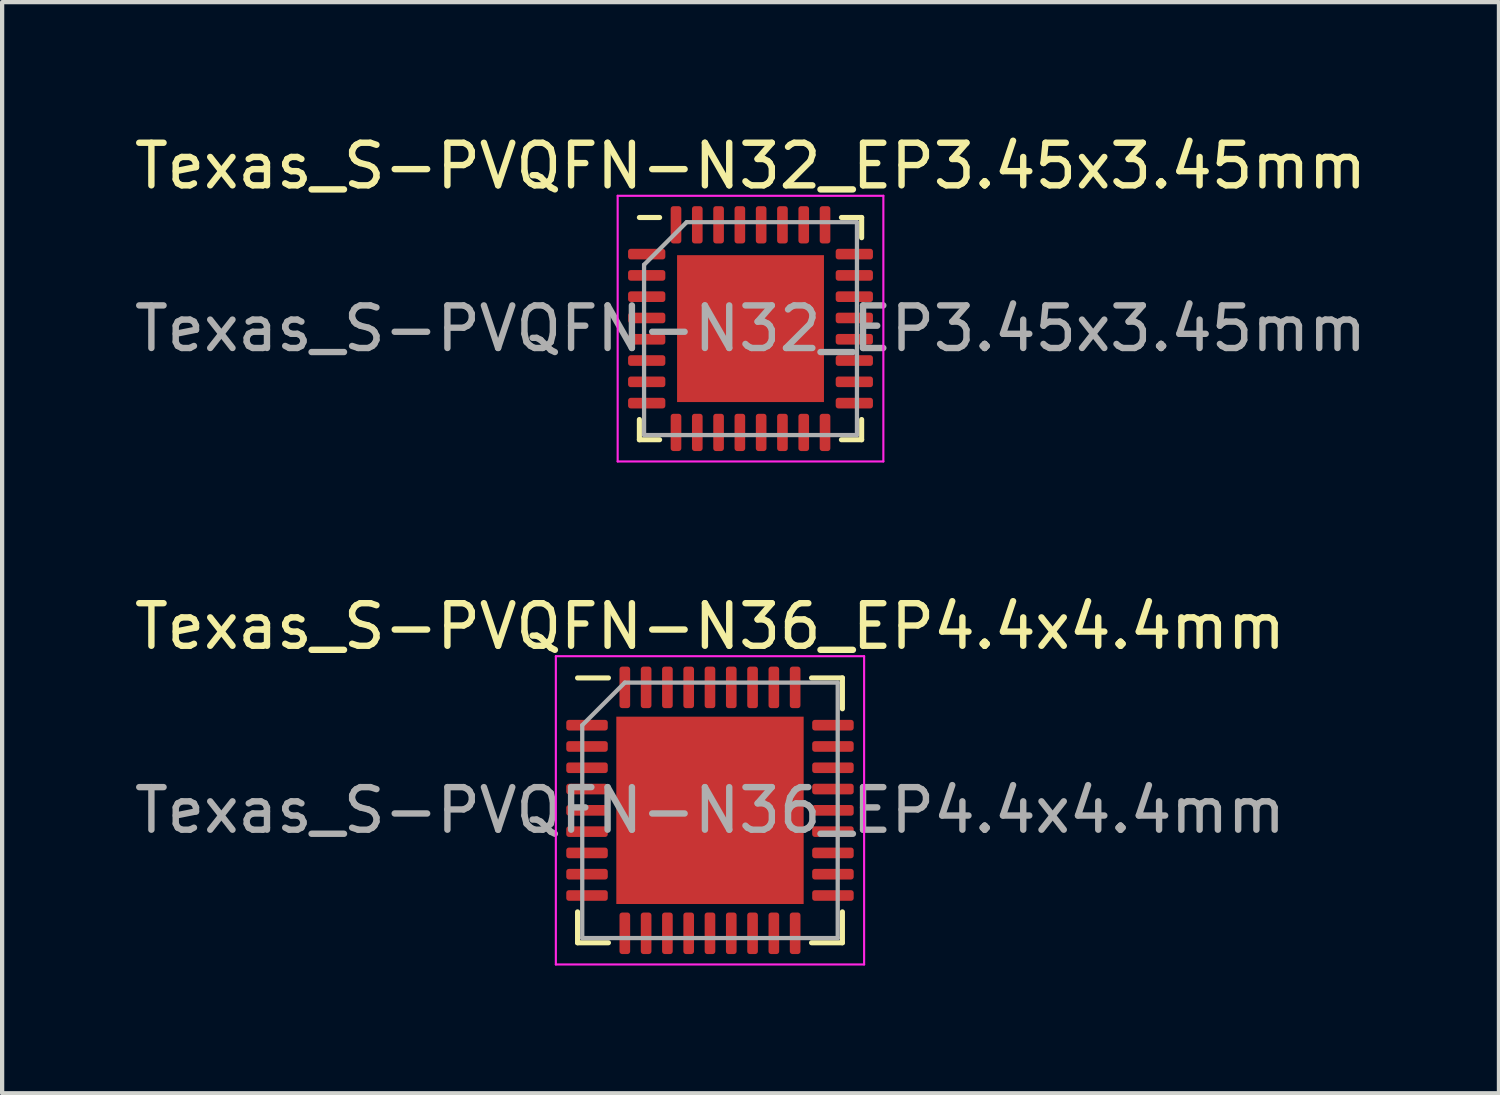
<source format=kicad_pcb>
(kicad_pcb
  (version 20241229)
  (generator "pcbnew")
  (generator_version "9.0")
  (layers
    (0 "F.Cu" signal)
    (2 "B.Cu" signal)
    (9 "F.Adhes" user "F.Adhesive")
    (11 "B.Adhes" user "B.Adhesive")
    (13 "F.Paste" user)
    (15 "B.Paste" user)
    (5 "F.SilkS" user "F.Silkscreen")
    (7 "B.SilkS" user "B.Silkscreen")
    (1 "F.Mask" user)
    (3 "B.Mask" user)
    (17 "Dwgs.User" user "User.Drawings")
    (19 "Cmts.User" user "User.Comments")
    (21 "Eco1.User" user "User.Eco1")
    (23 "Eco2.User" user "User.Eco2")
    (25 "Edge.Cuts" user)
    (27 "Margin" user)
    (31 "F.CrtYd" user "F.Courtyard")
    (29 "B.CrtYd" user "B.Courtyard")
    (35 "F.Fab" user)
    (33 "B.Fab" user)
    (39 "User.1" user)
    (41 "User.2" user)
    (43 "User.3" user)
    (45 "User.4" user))
  (footprint "Texas_S-PVQFN-N36_EP4.4x4.4mm"
    (layer "F.Cu")
    (at 13.625 15.982)
    (property "Reference" "Texas_S-PVQFN-N36_EP4.4x4.4mm" (at 0 -4.32 0) (layer "F.SilkS") (effects (font (size 1 1) (thickness 0.15))))
    (attr smd)
    (fp_line (start -3.11 3.11) (end -3.11 2.385) (stroke (width 0.12) (type solid)) (layer "F.SilkS"))
    (fp_line (start -2.385 -3.11) (end -3.11 -3.11) (stroke (width 0.12) (type solid)) (layer "F.SilkS"))
    (fp_line (start -2.385 3.11) (end -3.11 3.11) (stroke (width 0.12) (type solid)) (layer "F.SilkS"))
    (fp_line (start 2.385 -3.11) (end 3.11 -3.11) (stroke (width 0.12) (type solid)) (layer "F.SilkS"))
    (fp_line (start 2.385 3.11) (end 3.11 3.11) (stroke (width 0.12) (type solid)) (layer "F.SilkS"))
    (fp_line (start 3.11 -3.11) (end 3.11 -2.385) (stroke (width 0.12) (type solid)) (layer "F.SilkS"))
    (fp_line (start 3.11 3.11) (end 3.11 2.385) (stroke (width 0.12) (type solid)) (layer "F.SilkS"))
    (fp_line (start -3.62 -3.62) (end -3.62 3.62) (stroke (width 0.05) (type solid)) (layer "F.CrtYd"))
    (fp_line (start -3.62 3.62) (end 3.62 3.62) (stroke (width 0.05) (type solid)) (layer "F.CrtYd"))
    (fp_line (start 3.62 -3.62) (end -3.62 -3.62) (stroke (width 0.05) (type solid)) (layer "F.CrtYd"))
    (fp_line (start 3.62 3.62) (end 3.62 -3.62) (stroke (width 0.05) (type solid)) (layer "F.CrtYd"))
    (fp_line (start -3 -2) (end -2 -3) (stroke (width 0.1) (type solid)) (layer "F.Fab"))
    (fp_line (start -3 3) (end -3 -2) (stroke (width 0.1) (type solid)) (layer "F.Fab"))
    (fp_line (start -2 -3) (end 3 -3) (stroke (width 0.1) (type solid)) (layer "F.Fab"))
    (fp_line (start 3 -3) (end 3 3) (stroke (width 0.1) (type solid)) (layer "F.Fab"))
    (fp_line (start 3 3) (end -3 3) (stroke (width 0.1) (type solid)) (layer "F.Fab"))
    (fp_text user "${REFERENCE}" (at 0 0 0) (layer "F.Fab") (effects (font (size 1 1) (thickness 0.15))))
    (pad "" smd roundrect (at -1.47 -1.47) (size 1.18 1.18) (layers "F.Paste") (roundrect_rratio 0.212))
    (pad "" smd roundrect (at -1.47 0) (size 1.18 1.18) (layers "F.Paste") (roundrect_rratio 0.212))
    (pad "" smd roundrect (at -1.47 1.47) (size 1.18 1.18) (layers "F.Paste") (roundrect_rratio 0.212))
    (pad "" smd roundrect (at 0 -1.47) (size 1.18 1.18) (layers "F.Paste") (roundrect_rratio 0.212))
    (pad "" smd roundrect (at 0 0) (size 1.18 1.18) (layers "F.Paste") (roundrect_rratio 0.212))
    (pad "" smd roundrect (at 0 1.47) (size 1.18 1.18) (layers "F.Paste") (roundrect_rratio 0.212))
    (pad "" smd roundrect (at 1.47 -1.47) (size 1.18 1.18) (layers "F.Paste") (roundrect_rratio 0.212))
    (pad "" smd roundrect (at 1.47 0) (size 1.18 1.18) (layers "F.Paste") (roundrect_rratio 0.212))
    (pad "" smd roundrect (at 1.47 1.47) (size 1.18 1.18) (layers "F.Paste") (roundrect_rratio 0.212))
    (pad "1" smd roundrect (at -2.888 -2) (size 0.975 0.25) (layers "F.Cu" "F.Mask" "F.Paste") (roundrect_rratio 0.25))
    (pad "2" smd roundrect (at -2.888 -1.5) (size 0.975 0.25) (layers "F.Cu" "F.Mask" "F.Paste") (roundrect_rratio 0.25))
    (pad "3" smd roundrect (at -2.888 -1) (size 0.975 0.25) (layers "F.Cu" "F.Mask" "F.Paste") (roundrect_rratio 0.25))
    (pad "4" smd roundrect (at -2.888 -0.5) (size 0.975 0.25) (layers "F.Cu" "F.Mask" "F.Paste") (roundrect_rratio 0.25))
    (pad "5" smd roundrect (at -2.888 0) (size 0.975 0.25) (layers "F.Cu" "F.Mask" "F.Paste") (roundrect_rratio 0.25))
    (pad "6" smd roundrect (at -2.888 0.5) (size 0.975 0.25) (layers "F.Cu" "F.Mask" "F.Paste") (roundrect_rratio 0.25))
    (pad "7" smd roundrect (at -2.888 1) (size 0.975 0.25) (layers "F.Cu" "F.Mask" "F.Paste") (roundrect_rratio 0.25))
    (pad "8" smd roundrect (at -2.888 1.5) (size 0.975 0.25) (layers "F.Cu" "F.Mask" "F.Paste") (roundrect_rratio 0.25))
    (pad "9" smd roundrect (at -2.888 2) (size 0.975 0.25) (layers "F.Cu" "F.Mask" "F.Paste") (roundrect_rratio 0.25))
    (pad "10" smd roundrect (at -2 2.888) (size 0.25 0.975) (layers "F.Cu" "F.Mask" "F.Paste") (roundrect_rratio 0.25))
    (pad "11" smd roundrect (at -1.5 2.888) (size 0.25 0.975) (layers "F.Cu" "F.Mask" "F.Paste") (roundrect_rratio 0.25))
    (pad "12" smd roundrect (at -1 2.888) (size 0.25 0.975) (layers "F.Cu" "F.Mask" "F.Paste") (roundrect_rratio 0.25))
    (pad "13" smd roundrect (at -0.5 2.888) (size 0.25 0.975) (layers "F.Cu" "F.Mask" "F.Paste") (roundrect_rratio 0.25))
    (pad "14" smd roundrect (at 0 2.888) (size 0.25 0.975) (layers "F.Cu" "F.Mask" "F.Paste") (roundrect_rratio 0.25))
    (pad "15" smd roundrect (at 0.5 2.888) (size 0.25 0.975) (layers "F.Cu" "F.Mask" "F.Paste") (roundrect_rratio 0.25))
    (pad "16" smd roundrect (at 1 2.888) (size 0.25 0.975) (layers "F.Cu" "F.Mask" "F.Paste") (roundrect_rratio 0.25))
    (pad "17" smd roundrect (at 1.5 2.888) (size 0.25 0.975) (layers "F.Cu" "F.Mask" "F.Paste") (roundrect_rratio 0.25))
    (pad "18" smd roundrect (at 2 2.888) (size 0.25 0.975) (layers "F.Cu" "F.Mask" "F.Paste") (roundrect_rratio 0.25))
    (pad "19" smd roundrect (at 2.888 2) (size 0.975 0.25) (layers "F.Cu" "F.Mask" "F.Paste") (roundrect_rratio 0.25))
    (pad "20" smd roundrect (at 2.888 1.5) (size 0.975 0.25) (layers "F.Cu" "F.Mask" "F.Paste") (roundrect_rratio 0.25))
    (pad "21" smd roundrect (at 2.888 1) (size 0.975 0.25) (layers "F.Cu" "F.Mask" "F.Paste") (roundrect_rratio 0.25))
    (pad "22" smd roundrect (at 2.888 0.5) (size 0.975 0.25) (layers "F.Cu" "F.Mask" "F.Paste") (roundrect_rratio 0.25))
    (pad "23" smd roundrect (at 2.888 0) (size 0.975 0.25) (layers "F.Cu" "F.Mask" "F.Paste") (roundrect_rratio 0.25))
    (pad "24" smd roundrect (at 2.888 -0.5) (size 0.975 0.25) (layers "F.Cu" "F.Mask" "F.Paste") (roundrect_rratio 0.25))
    (pad "25" smd roundrect (at 2.888 -1) (size 0.975 0.25) (layers "F.Cu" "F.Mask" "F.Paste") (roundrect_rratio 0.25))
    (pad "26" smd roundrect (at 2.888 -1.5) (size 0.975 0.25) (layers "F.Cu" "F.Mask" "F.Paste") (roundrect_rratio 0.25))
    (pad "27" smd roundrect (at 2.888 -2) (size 0.975 0.25) (layers "F.Cu" "F.Mask" "F.Paste") (roundrect_rratio 0.25))
    (pad "28" smd roundrect (at 2 -2.888) (size 0.25 0.975) (layers "F.Cu" "F.Mask" "F.Paste") (roundrect_rratio 0.25))
    (pad "29" smd roundrect (at 1.5 -2.888) (size 0.25 0.975) (layers "F.Cu" "F.Mask" "F.Paste") (roundrect_rratio 0.25))
    (pad "30" smd roundrect (at 1 -2.888) (size 0.25 0.975) (layers "F.Cu" "F.Mask" "F.Paste") (roundrect_rratio 0.25))
    (pad "31" smd roundrect (at 0.5 -2.888) (size 0.25 0.975) (layers "F.Cu" "F.Mask" "F.Paste") (roundrect_rratio 0.25))
    (pad "32" smd roundrect (at 0 -2.888) (size 0.25 0.975) (layers "F.Cu" "F.Mask" "F.Paste") (roundrect_rratio 0.25))
    (pad "33" smd roundrect (at -0.5 -2.888) (size 0.25 0.975) (layers "F.Cu" "F.Mask" "F.Paste") (roundrect_rratio 0.25))
    (pad "34" smd roundrect (at -1 -2.888) (size 0.25 0.975) (layers "F.Cu" "F.Mask" "F.Paste") (roundrect_rratio 0.25))
    (pad "35" smd roundrect (at -1.5 -2.888) (size 0.25 0.975) (layers "F.Cu" "F.Mask" "F.Paste") (roundrect_rratio 0.25))
    (pad "36" smd roundrect (at -2 -2.888) (size 0.25 0.975) (layers "F.Cu" "F.Mask" "F.Paste") (roundrect_rratio 0.25))
    (pad "37" smd rect (at 0 0) (size 4.4 4.4) (layers "F.Cu" "F.Mask")))
  (footprint "Texas_S-PVQFN-N32_EP3.45x3.45mm"
    (layer "F.Cu")
    (at 14.577 4.668)
    (property "Reference" "Texas_S-PVQFN-N32_EP3.45x3.45mm" (at 0 -3.82 0) (layer "F.SilkS") (effects (font (size 1 1) (thickness 0.15))))
    (attr smd)
    (fp_line (start -2.61 2.61) (end -2.61 2.135) (stroke (width 0.12) (type solid)) (layer "F.SilkS"))
    (fp_line (start -2.135 -2.61) (end -2.61 -2.61) (stroke (width 0.12) (type solid)) (layer "F.SilkS"))
    (fp_line (start -2.135 2.61) (end -2.61 2.61) (stroke (width 0.12) (type solid)) (layer "F.SilkS"))
    (fp_line (start 2.135 -2.61) (end 2.61 -2.61) (stroke (width 0.12) (type solid)) (layer "F.SilkS"))
    (fp_line (start 2.135 2.61) (end 2.61 2.61) (stroke (width 0.12) (type solid)) (layer "F.SilkS"))
    (fp_line (start 2.61 -2.61) (end 2.61 -2.135) (stroke (width 0.12) (type solid)) (layer "F.SilkS"))
    (fp_line (start 2.61 2.61) (end 2.61 2.135) (stroke (width 0.12) (type solid)) (layer "F.SilkS"))
    (fp_line (start -3.12 -3.12) (end -3.12 3.12) (stroke (width 0.05) (type solid)) (layer "F.CrtYd"))
    (fp_line (start -3.12 3.12) (end 3.12 3.12) (stroke (width 0.05) (type solid)) (layer "F.CrtYd"))
    (fp_line (start 3.12 -3.12) (end -3.12 -3.12) (stroke (width 0.05) (type solid)) (layer "F.CrtYd"))
    (fp_line (start 3.12 3.12) (end 3.12 -3.12) (stroke (width 0.05) (type solid)) (layer "F.CrtYd"))
    (fp_line (start -2.5 -1.5) (end -1.5 -2.5) (stroke (width 0.1) (type solid)) (layer "F.Fab"))
    (fp_line (start -2.5 2.5) (end -2.5 -1.5) (stroke (width 0.1) (type solid)) (layer "F.Fab"))
    (fp_line (start -1.5 -2.5) (end 2.5 -2.5) (stroke (width 0.1) (type solid)) (layer "F.Fab"))
    (fp_line (start 2.5 -2.5) (end 2.5 2.5) (stroke (width 0.1) (type solid)) (layer "F.Fab"))
    (fp_line (start 2.5 2.5) (end -2.5 2.5) (stroke (width 0.1) (type solid)) (layer "F.Fab"))
    (fp_text user "${REFERENCE}" (at 0 0 0) (layer "F.Fab") (effects (font (size 1 1) (thickness 0.15))))
    (pad "" smd roundrect (at -1.15 -1.15) (size 0.93 0.93) (layers "F.Paste") (roundrect_rratio 0.25))
    (pad "" smd roundrect (at -1.15 0) (size 0.93 0.93) (layers "F.Paste") (roundrect_rratio 0.25))
    (pad "" smd roundrect (at -1.15 1.15) (size 0.93 0.93) (layers "F.Paste") (roundrect_rratio 0.25))
    (pad "" smd roundrect (at 0 -1.15) (size 0.93 0.93) (layers "F.Paste") (roundrect_rratio 0.25))
    (pad "" smd roundrect (at 0 0) (size 0.93 0.93) (layers "F.Paste") (roundrect_rratio 0.25))
    (pad "" smd roundrect (at 0 1.15) (size 0.93 0.93) (layers "F.Paste") (roundrect_rratio 0.25))
    (pad "" smd roundrect (at 1.15 -1.15) (size 0.93 0.93) (layers "F.Paste") (roundrect_rratio 0.25))
    (pad "" smd roundrect (at 1.15 0) (size 0.93 0.93) (layers "F.Paste") (roundrect_rratio 0.25))
    (pad "" smd roundrect (at 1.15 1.15) (size 0.93 0.93) (layers "F.Paste") (roundrect_rratio 0.25))
    (pad "1" smd roundrect (at -2.438 -1.75) (size 0.875 0.25) (layers "F.Cu" "F.Mask" "F.Paste") (roundrect_rratio 0.25))
    (pad "2" smd roundrect (at -2.438 -1.25) (size 0.875 0.25) (layers "F.Cu" "F.Mask" "F.Paste") (roundrect_rratio 0.25))
    (pad "3" smd roundrect (at -2.438 -0.75) (size 0.875 0.25) (layers "F.Cu" "F.Mask" "F.Paste") (roundrect_rratio 0.25))
    (pad "4" smd roundrect (at -2.438 -0.25) (size 0.875 0.25) (layers "F.Cu" "F.Mask" "F.Paste") (roundrect_rratio 0.25))
    (pad "5" smd roundrect (at -2.438 0.25) (size 0.875 0.25) (layers "F.Cu" "F.Mask" "F.Paste") (roundrect_rratio 0.25))
    (pad "6" smd roundrect (at -2.438 0.75) (size 0.875 0.25) (layers "F.Cu" "F.Mask" "F.Paste") (roundrect_rratio 0.25))
    (pad "7" smd roundrect (at -2.438 1.25) (size 0.875 0.25) (layers "F.Cu" "F.Mask" "F.Paste") (roundrect_rratio 0.25))
    (pad "8" smd roundrect (at -2.438 1.75) (size 0.875 0.25) (layers "F.Cu" "F.Mask" "F.Paste") (roundrect_rratio 0.25))
    (pad "9" smd roundrect (at -1.75 2.438) (size 0.25 0.875) (layers "F.Cu" "F.Mask" "F.Paste") (roundrect_rratio 0.25))
    (pad "10" smd roundrect (at -1.25 2.438) (size 0.25 0.875) (layers "F.Cu" "F.Mask" "F.Paste") (roundrect_rratio 0.25))
    (pad "11" smd roundrect (at -0.75 2.438) (size 0.25 0.875) (layers "F.Cu" "F.Mask" "F.Paste") (roundrect_rratio 0.25))
    (pad "12" smd roundrect (at -0.25 2.438) (size 0.25 0.875) (layers "F.Cu" "F.Mask" "F.Paste") (roundrect_rratio 0.25))
    (pad "13" smd roundrect (at 0.25 2.438) (size 0.25 0.875) (layers "F.Cu" "F.Mask" "F.Paste") (roundrect_rratio 0.25))
    (pad "14" smd roundrect (at 0.75 2.438) (size 0.25 0.875) (layers "F.Cu" "F.Mask" "F.Paste") (roundrect_rratio 0.25))
    (pad "15" smd roundrect (at 1.25 2.438) (size 0.25 0.875) (layers "F.Cu" "F.Mask" "F.Paste") (roundrect_rratio 0.25))
    (pad "16" smd roundrect (at 1.75 2.438) (size 0.25 0.875) (layers "F.Cu" "F.Mask" "F.Paste") (roundrect_rratio 0.25))
    (pad "17" smd roundrect (at 2.438 1.75) (size 0.875 0.25) (layers "F.Cu" "F.Mask" "F.Paste") (roundrect_rratio 0.25))
    (pad "18" smd roundrect (at 2.438 1.25) (size 0.875 0.25) (layers "F.Cu" "F.Mask" "F.Paste") (roundrect_rratio 0.25))
    (pad "19" smd roundrect (at 2.438 0.75) (size 0.875 0.25) (layers "F.Cu" "F.Mask" "F.Paste") (roundrect_rratio 0.25))
    (pad "20" smd roundrect (at 2.438 0.25) (size 0.875 0.25) (layers "F.Cu" "F.Mask" "F.Paste") (roundrect_rratio 0.25))
    (pad "21" smd roundrect (at 2.438 -0.25) (size 0.875 0.25) (layers "F.Cu" "F.Mask" "F.Paste") (roundrect_rratio 0.25))
    (pad "22" smd roundrect (at 2.438 -0.75) (size 0.875 0.25) (layers "F.Cu" "F.Mask" "F.Paste") (roundrect_rratio 0.25))
    (pad "23" smd roundrect (at 2.438 -1.25) (size 0.875 0.25) (layers "F.Cu" "F.Mask" "F.Paste") (roundrect_rratio 0.25))
    (pad "24" smd roundrect (at 2.438 -1.75) (size 0.875 0.25) (layers "F.Cu" "F.Mask" "F.Paste") (roundrect_rratio 0.25))
    (pad "25" smd roundrect (at 1.75 -2.438) (size 0.25 0.875) (layers "F.Cu" "F.Mask" "F.Paste") (roundrect_rratio 0.25))
    (pad "26" smd roundrect (at 1.25 -2.438) (size 0.25 0.875) (layers "F.Cu" "F.Mask" "F.Paste") (roundrect_rratio 0.25))
    (pad "27" smd roundrect (at 0.75 -2.438) (size 0.25 0.875) (layers "F.Cu" "F.Mask" "F.Paste") (roundrect_rratio 0.25))
    (pad "28" smd roundrect (at 0.25 -2.438) (size 0.25 0.875) (layers "F.Cu" "F.Mask" "F.Paste") (roundrect_rratio 0.25))
    (pad "29" smd roundrect (at -0.25 -2.438) (size 0.25 0.875) (layers "F.Cu" "F.Mask" "F.Paste") (roundrect_rratio 0.25))
    (pad "30" smd roundrect (at -0.75 -2.438) (size 0.25 0.875) (layers "F.Cu" "F.Mask" "F.Paste") (roundrect_rratio 0.25))
    (pad "31" smd roundrect (at -1.25 -2.438) (size 0.25 0.875) (layers "F.Cu" "F.Mask" "F.Paste") (roundrect_rratio 0.25))
    (pad "32" smd roundrect (at -1.75 -2.438) (size 0.25 0.875) (layers "F.Cu" "F.Mask" "F.Paste") (roundrect_rratio 0.25))
    (pad "33" smd rect (at 0 0) (size 3.45 3.45) (layers "F.Cu" "F.Mask")))
  (gr_rect
    (start -3 -3)
    (end 32.155 22.627)
    (stroke (width 0.1) (type default))
    (fill no)
    (layer "Edge.Cuts")))
</source>
